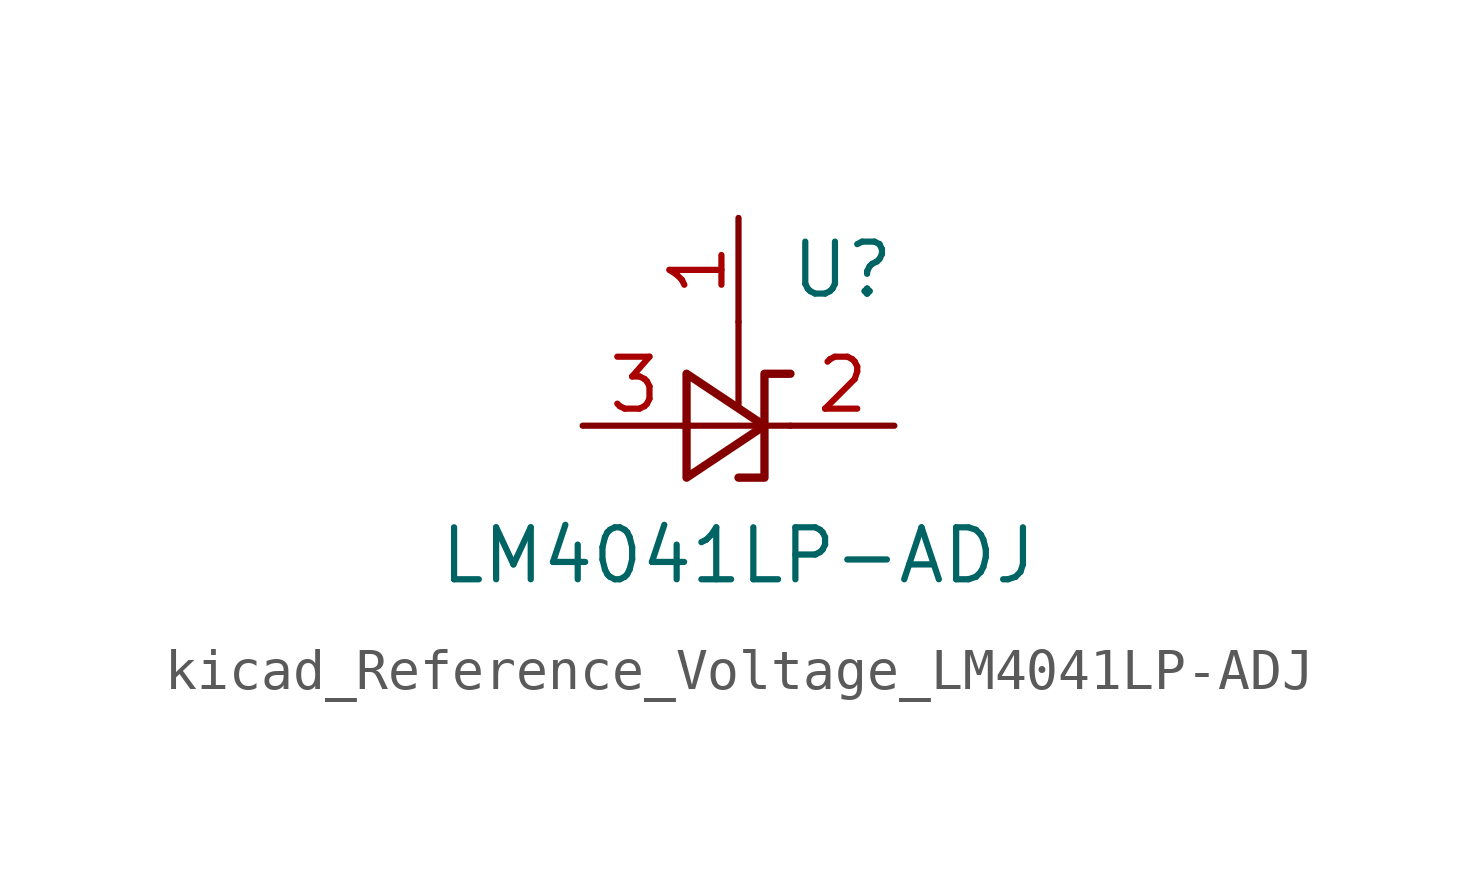
<source format=kicad_sym>
(kicad_symbol_lib
  (version 20220914)
  (generator kicad_symbol_editor)
  (symbol "kicad_Reference_Voltage_LM4041LP-ADJ"
    (pin_names
      (offset 0.025) hide)
    (property "Reference" "U"
      (at 2.54 3.81 0)
      (effects (font (size 1.27 1.27))))
    (property "Value" "LM4041LP-ADJ"
      (at 0 -3.175 0)
      (effects (font (size 1.27 1.27))))
    (symbol "kicad_Reference_Voltage_LM4041LP-ADJ_0_1"
      (polyline (pts (xy 0 2.54) (xy 0 0.508)) (stroke (width 0) (type default)) (fill (type none)))
      (polyline (pts (xy -1.27 0) (xy 0 0) (xy 1.27 0)) (stroke (width 0) (type default)) (fill (type none)))
      (polyline (pts (xy -1.27 -1.27) (xy 0.635 0) (xy -1.27 1.27) (xy -1.27 -1.27)) (stroke (width 0.203) (type default)) (fill (type none)))
      (polyline (pts (xy 0 -1.27) (xy 0.635 -1.27) (xy 0.635 1.27) (xy 1.27 1.27)) (stroke (width 0.203) (type default)) (fill (type none))))
    (symbol "kicad_Reference_Voltage_LM4041LP-ADJ_1_1"
      (pin input line (at 0 5.08 270) (length 2.54) (name "FB" (effects (font (size 1.27 1.27)))) (number "1" (effects (font (size 1.27 1.27)))))
      (pin passive line (at 3.81 0 180) (length 2.54) (name "K" (effects (font (size 1.27 1.27)))) (number "2" (effects (font (size 1.27 1.27)))))
      (pin passive line (at -3.81 0 0) (length 2.54) (name "A" (effects (font (size 1.27 1.27)))) (number "3" (effects (font (size 1.27 1.27))))))))
</source>
